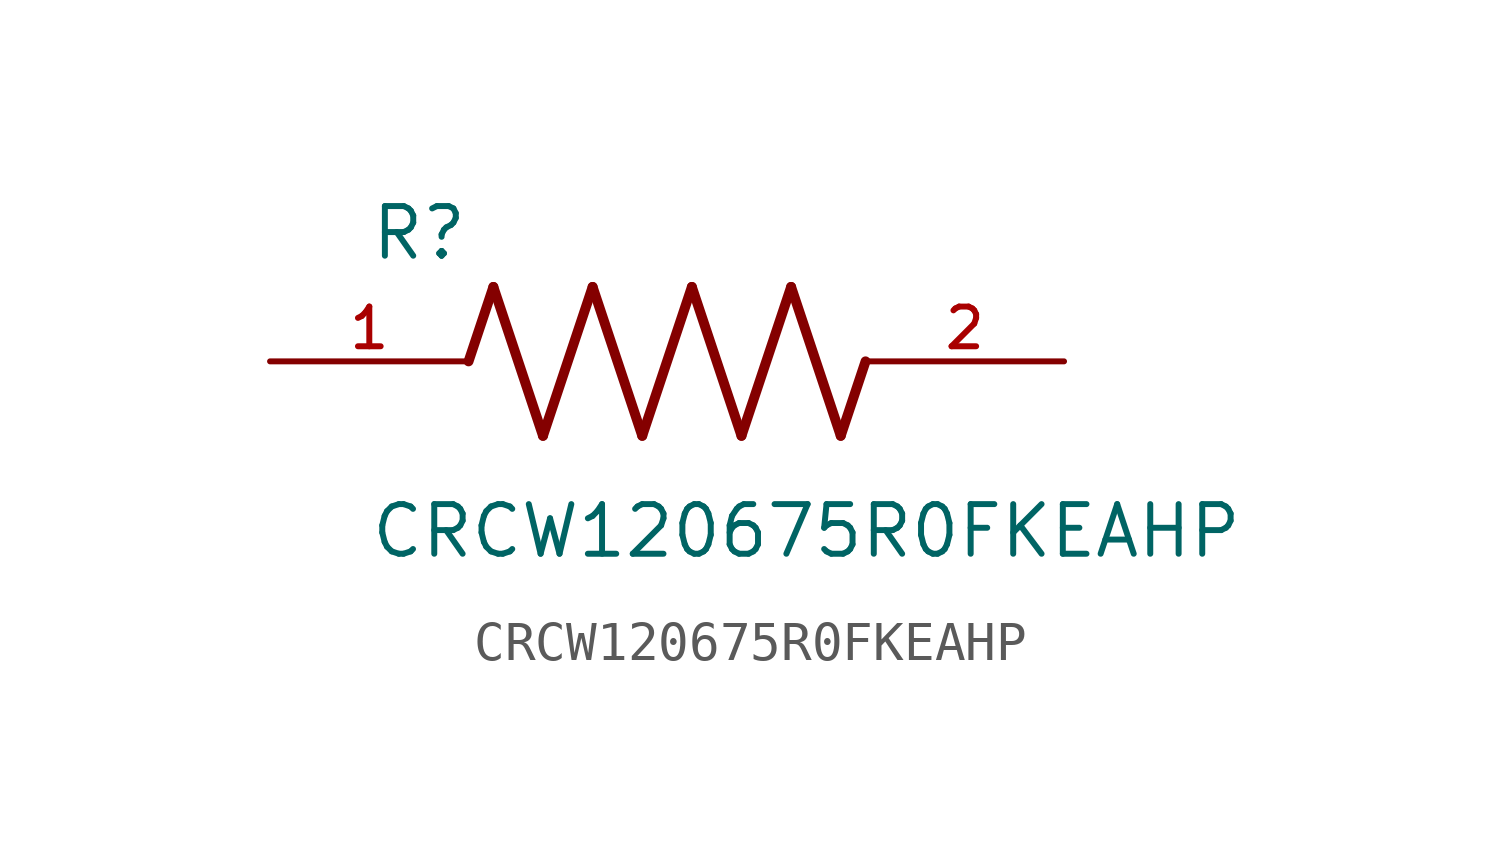
<source format=kicad_sym>
(kicad_symbol_lib
  (version 20211014)
  (generator kicad_symbol_editor)
  (symbol "CRCW120675R0FKEAHP"
    (pin_names
      (offset 1.016))
    (property "Reference" "R"
      (at -7.624 2.541 0)
      (effects (font (size 1.27 1.27)) (justify bottom left)))
    (property "Value" "CRCW120675R0FKEAHP"
      (at -7.63 -5.087 0)
      (effects (font (size 1.27 1.27)) (justify bottom left)))
    (symbol "CRCW120675R0FKEAHP_0_0"
      (polyline (pts (xy -5.08 0.0) (xy -4.445 1.905)) (stroke (width 0.254)))
      (polyline (pts (xy -4.445 1.905) (xy -3.175 -1.905)) (stroke (width 0.254)))
      (polyline (pts (xy -3.175 -1.905) (xy -1.905 1.905)) (stroke (width 0.254)))
      (polyline (pts (xy -1.905 1.905) (xy -0.635 -1.905)) (stroke (width 0.254)))
      (polyline (pts (xy -0.635 -1.905) (xy 0.635 1.905)) (stroke (width 0.254)))
      (polyline (pts (xy 0.635 1.905) (xy 1.905 -1.905)) (stroke (width 0.254)))
      (polyline (pts (xy 1.905 -1.905) (xy 3.175 1.905)) (stroke (width 0.254)))
      (polyline (pts (xy 3.175 1.905) (xy 4.445 -1.905)) (stroke (width 0.254)))
      (polyline (pts (xy 4.445 -1.905) (xy 5.08 0.0)) (stroke (width 0.254)))
      (pin passive line (at -10.16 0.0 0) (length 5.08) (name "~" (effects (font (size 1.016 1.016)))) (number "1" (effects (font (size 1.016 1.016)))))
      (pin passive line (at 10.16 0.0 180.0) (length 5.08) (name "~" (effects (font (size 1.016 1.016)))) (number "2" (effects (font (size 1.016 1.016))))))))
</source>
